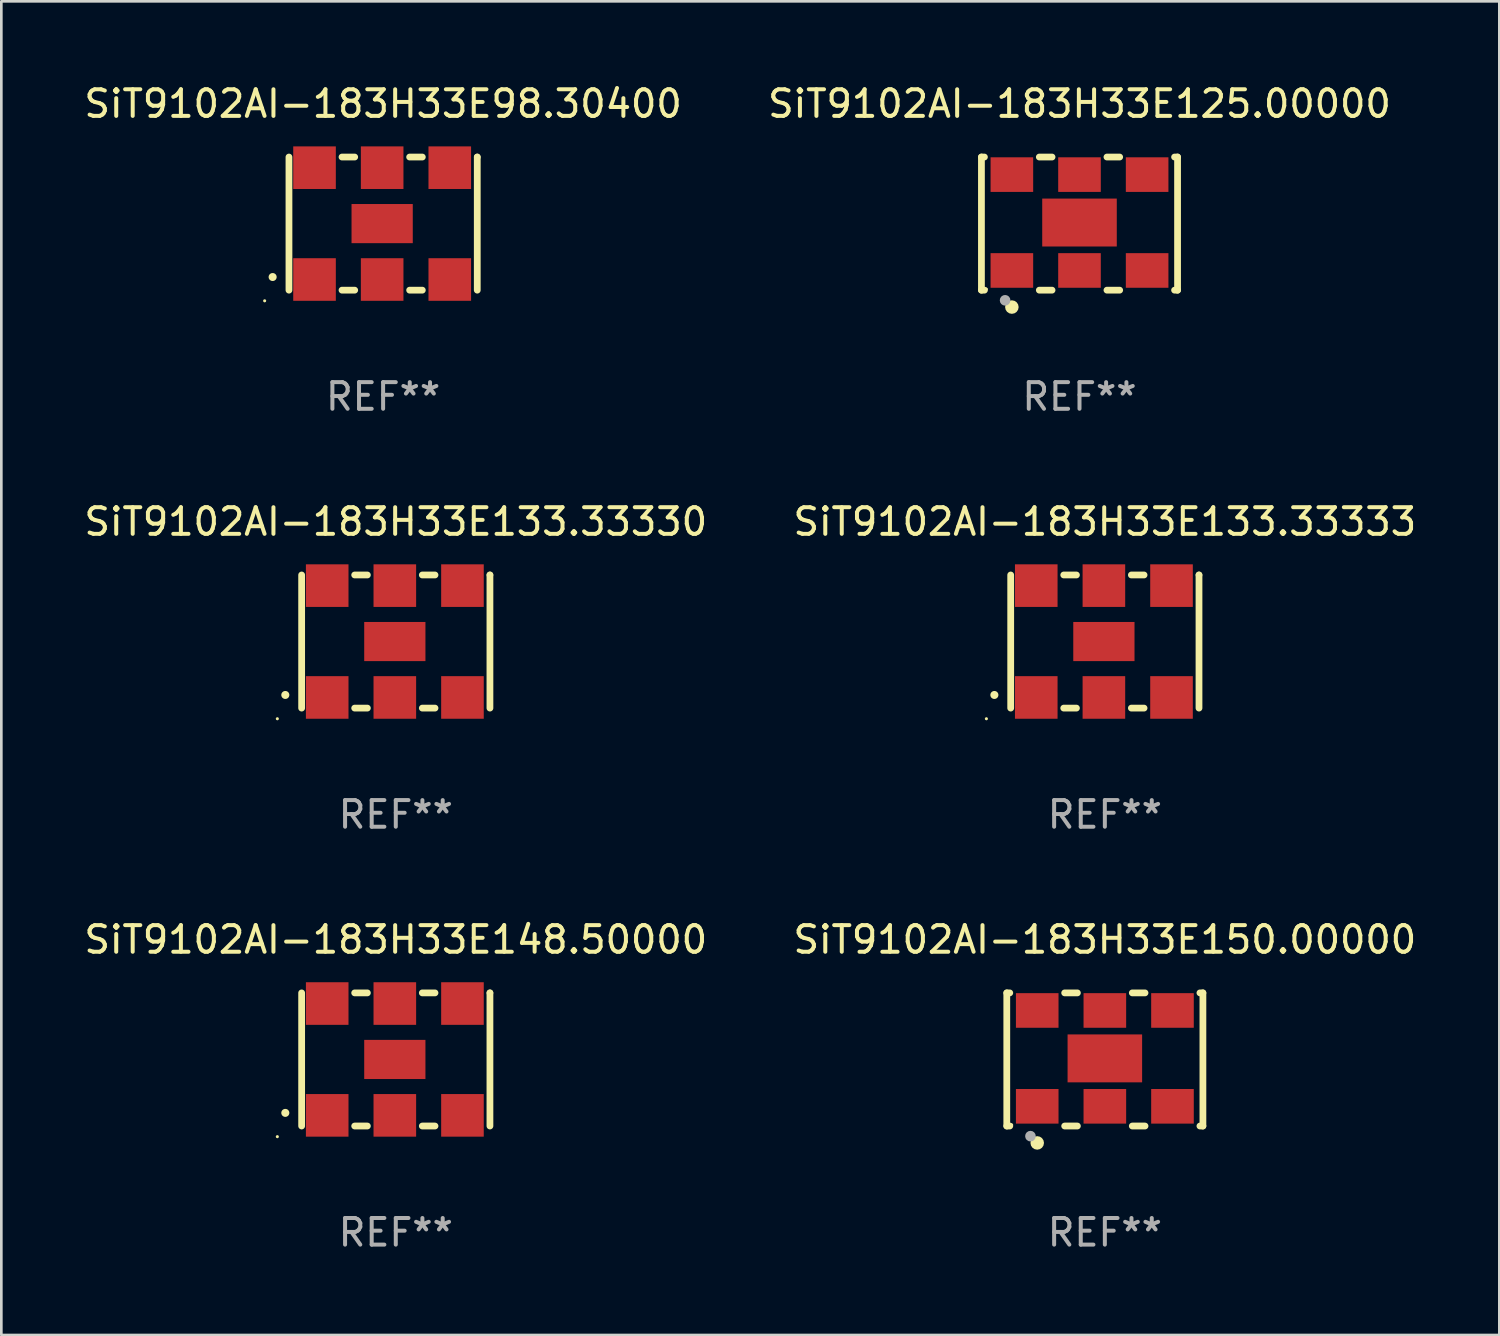
<source format=kicad_pcb>
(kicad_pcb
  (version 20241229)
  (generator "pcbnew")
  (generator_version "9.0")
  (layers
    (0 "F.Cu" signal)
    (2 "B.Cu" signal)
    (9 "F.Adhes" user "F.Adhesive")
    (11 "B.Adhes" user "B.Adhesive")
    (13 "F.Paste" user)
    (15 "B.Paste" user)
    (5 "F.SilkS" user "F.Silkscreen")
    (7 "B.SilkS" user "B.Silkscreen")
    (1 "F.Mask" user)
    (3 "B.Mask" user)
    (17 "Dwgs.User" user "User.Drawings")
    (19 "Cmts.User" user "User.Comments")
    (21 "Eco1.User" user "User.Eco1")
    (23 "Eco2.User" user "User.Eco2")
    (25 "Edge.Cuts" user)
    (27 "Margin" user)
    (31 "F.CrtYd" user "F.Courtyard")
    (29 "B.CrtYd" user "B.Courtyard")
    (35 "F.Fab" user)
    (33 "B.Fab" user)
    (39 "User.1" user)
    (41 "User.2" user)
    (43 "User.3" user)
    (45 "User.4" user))
  (footprint "SiT9102AI-183H33E125.00000"
    (layer "F.Cu")
    (at 37.494 5.348)
    (property "Reference" "SiT9102AI-183H33E125.00000" (at 0 -4.5 0) (layer "F.SilkS") (effects (font (size 1 1) (thickness 0.15))))
    (attr through_hole)
    (fp_line (start -3.683 -2.5) (end -3.571 -2.5) (stroke (width 0.254) (type solid)) (layer "F.SilkS"))
    (fp_line (start -3.683 2.5) (end -3.683 -2.5) (stroke (width 0.254) (type solid)) (layer "F.SilkS"))
    (fp_line (start -3.683 2.5) (end -3.571 2.5) (stroke (width 0.254) (type solid)) (layer "F.SilkS"))
    (fp_line (start -1.509 -2.5) (end -1.031 -2.5) (stroke (width 0.254) (type solid)) (layer "F.SilkS"))
    (fp_line (start -1.509 2.5) (end -1.031 2.5) (stroke (width 0.254) (type solid)) (layer "F.SilkS"))
    (fp_line (start 1.031 -2.5) (end 1.509 -2.5) (stroke (width 0.254) (type solid)) (layer "F.SilkS"))
    (fp_line (start 1.031 2.5) (end 1.509 2.5) (stroke (width 0.254) (type solid)) (layer "F.SilkS"))
    (fp_line (start 3.571 -2.5) (end 3.683 -2.5) (stroke (width 0.254) (type solid)) (layer "F.SilkS"))
    (fp_line (start 3.571 2.5) (end 3.683 2.5) (stroke (width 0.254) (type solid)) (layer "F.SilkS"))
    (fp_line (start 3.683 2.5) (end 3.683 -2.5) (stroke (width 0.254) (type solid)) (layer "F.SilkS"))
    (fp_circle (center -3.5 2.46) (end -3.47 2.46) (stroke (width 0.06) (type solid)) (fill no) (layer "F.SilkS"))
    (fp_circle (center -2.54 3.135) (end -2.413 3.135) (stroke (width 0.254) (type solid)) (fill no) (layer "F.SilkS"))
    (fp_circle (center -2.794 2.881) (end -2.694 2.881) (stroke (width 0.2) (type solid)) (fill no) (layer "F.Fab"))
    (fp_text user "REF**" (at 0 6.5 0) (layer "F.Fab") (effects (font (size 1 1) (thickness 0.15))))
    (pad "1" smd rect (at -2.54 1.76) (size 1.6 1.3) (layers "F.Cu" "F.Mask" "F.Paste"))
    (pad "2" smd rect (at 0 1.76) (size 1.6 1.3) (layers "F.Cu" "F.Mask" "F.Paste"))
    (pad "3" smd rect (at 2.54 1.76) (size 1.6 1.3) (layers "F.Cu" "F.Mask" "F.Paste"))
    (pad "4" smd rect (at 2.54 -1.84) (size 1.6 1.3) (layers "F.Cu" "F.Mask" "F.Paste"))
    (pad "5" smd rect (at 0 -1.84) (size 1.6 1.3) (layers "F.Cu" "F.Mask" "F.Paste"))
    (pad "6" smd rect (at -2.54 -1.84) (size 1.6 1.3) (layers "F.Cu" "F.Mask" "F.Paste"))
    (pad "7" smd rect (at 0 -0.04) (size 2.8 1.8) (layers "F.Cu" "F.Mask" "F.Paste")))
  (footprint "SiT9102AI-183H33E148.50000"
    (layer "F.Cu")
    (at 11.815 36.741)
    (property "Reference" "SiT9102AI-183H33E148.50000" (at 0 -4.5 0) (layer "F.SilkS") (effects (font (size 1 1) (thickness 0.15))))
    (attr through_hole)
    (fp_line (start -3.536 -2.5) (end -3.536 2.5) (stroke (width 0.254) (type solid)) (layer "F.SilkS"))
    (fp_line (start -1.544 2.5) (end -1.067 2.5) (stroke (width 0.254) (type solid)) (layer "F.SilkS"))
    (fp_line (start -1.067 -2.5) (end -1.544 -2.5) (stroke (width 0.254) (type solid)) (layer "F.SilkS"))
    (fp_line (start 0.996 2.5) (end 1.473 2.5) (stroke (width 0.254) (type solid)) (layer "F.SilkS"))
    (fp_line (start 1.473 -2.5) (end 0.996 -2.5) (stroke (width 0.254) (type solid)) (layer "F.SilkS"))
    (fp_line (start 3.536 -2.5) (end 3.536 -2.5) (stroke (width 0.254) (type solid)) (layer "F.SilkS"))
    (fp_line (start 3.536 2.5) (end 3.536 -2.5) (stroke (width 0.254) (type solid)) (layer "F.SilkS"))
    (fp_arc (start -4.150432 2.006604) (mid -4.149162 2.006599) (end -4.147892 2.006604) (stroke (width 0.3) (type solid)) (layer "F.SilkS"))
    (fp_circle (center -4.449 2.9) (end -4.419 2.9) (stroke (width 0.06) (type solid)) (fill no) (layer "F.SilkS"))
    (fp_text user "REF**" (at 0 6.5 0) (layer "F.Fab") (effects (font (size 1 1) (thickness 0.15))))
    (pad "1" smd rect (at -2.576 2.1) (size 1.6 1.6) (layers "F.Cu" "F.Mask" "F.Paste"))
    (pad "2" smd rect (at -0.036 2.1) (size 1.6 1.6) (layers "F.Cu" "F.Mask" "F.Paste"))
    (pad "3" smd rect (at 2.504 2.1) (size 1.6 1.6) (layers "F.Cu" "F.Mask" "F.Paste"))
    (pad "4" smd rect (at 2.504 -2.1) (size 1.6 1.6) (layers "F.Cu" "F.Mask" "F.Paste"))
    (pad "5" smd rect (at -0.036 -2.1) (size 1.6 1.6) (layers "F.Cu" "F.Mask" "F.Paste"))
    (pad "6" smd rect (at -2.576 -2.1) (size 1.6 1.6) (layers "F.Cu" "F.Mask" "F.Paste"))
    (pad "7" smd rect (at -0.036 0) (size 2.3 1.47) (layers "F.Cu" "F.Mask" "F.Paste")))
  (footprint "SiT9102AI-183H33E133.33333"
    (layer "F.Cu")
    (at 38.446 21.045)
    (property "Reference" "SiT9102AI-183H33E133.33333" (at 0 -4.5 0) (layer "F.SilkS") (effects (font (size 1 1) (thickness 0.15))))
    (attr through_hole)
    (fp_line (start -3.536 -2.5) (end -3.536 2.5) (stroke (width 0.254) (type solid)) (layer "F.SilkS"))
    (fp_line (start -1.544 2.5) (end -1.067 2.5) (stroke (width 0.254) (type solid)) (layer "F.SilkS"))
    (fp_line (start -1.067 -2.5) (end -1.544 -2.5) (stroke (width 0.254) (type solid)) (layer "F.SilkS"))
    (fp_line (start 0.996 2.5) (end 1.473 2.5) (stroke (width 0.254) (type solid)) (layer "F.SilkS"))
    (fp_line (start 1.473 -2.5) (end 0.996 -2.5) (stroke (width 0.254) (type solid)) (layer "F.SilkS"))
    (fp_line (start 3.536 -2.5) (end 3.536 -2.5) (stroke (width 0.254) (type solid)) (layer "F.SilkS"))
    (fp_line (start 3.536 2.5) (end 3.536 -2.5) (stroke (width 0.254) (type solid)) (layer "F.SilkS"))
    (fp_arc (start -4.150432 2.006604) (mid -4.149162 2.006599) (end -4.147892 2.006604) (stroke (width 0.3) (type solid)) (layer "F.SilkS"))
    (fp_circle (center -4.449 2.9) (end -4.419 2.9) (stroke (width 0.06) (type solid)) (fill no) (layer "F.SilkS"))
    (fp_text user "REF**" (at 0 6.5 0) (layer "F.Fab") (effects (font (size 1 1) (thickness 0.15))))
    (pad "1" smd rect (at -2.576 2.1) (size 1.6 1.6) (layers "F.Cu" "F.Mask" "F.Paste"))
    (pad "2" smd rect (at -0.036 2.1) (size 1.6 1.6) (layers "F.Cu" "F.Mask" "F.Paste"))
    (pad "3" smd rect (at 2.504 2.1) (size 1.6 1.6) (layers "F.Cu" "F.Mask" "F.Paste"))
    (pad "4" smd rect (at 2.504 -2.1) (size 1.6 1.6) (layers "F.Cu" "F.Mask" "F.Paste"))
    (pad "5" smd rect (at -0.036 -2.1) (size 1.6 1.6) (layers "F.Cu" "F.Mask" "F.Paste"))
    (pad "6" smd rect (at -2.576 -2.1) (size 1.6 1.6) (layers "F.Cu" "F.Mask" "F.Paste"))
    (pad "7" smd rect (at -0.036 0) (size 2.3 1.47) (layers "F.Cu" "F.Mask" "F.Paste")))
  (footprint "SiT9102AI-183H33E98.30400"
    (layer "F.Cu")
    (at 11.339 5.348)
    (property "Reference" "SiT9102AI-183H33E98.30400" (at 0 -4.5 0) (layer "F.SilkS") (effects (font (size 1 1) (thickness 0.15))))
    (attr through_hole)
    (fp_line (start -3.536 -2.5) (end -3.536 2.5) (stroke (width 0.254) (type solid)) (layer "F.SilkS"))
    (fp_line (start -1.544 2.5) (end -1.067 2.5) (stroke (width 0.254) (type solid)) (layer "F.SilkS"))
    (fp_line (start -1.067 -2.5) (end -1.544 -2.5) (stroke (width 0.254) (type solid)) (layer "F.SilkS"))
    (fp_line (start 0.996 2.5) (end 1.473 2.5) (stroke (width 0.254) (type solid)) (layer "F.SilkS"))
    (fp_line (start 1.473 -2.5) (end 0.996 -2.5) (stroke (width 0.254) (type solid)) (layer "F.SilkS"))
    (fp_line (start 3.536 -2.5) (end 3.536 -2.5) (stroke (width 0.254) (type solid)) (layer "F.SilkS"))
    (fp_line (start 3.536 2.5) (end 3.536 -2.5) (stroke (width 0.254) (type solid)) (layer "F.SilkS"))
    (fp_arc (start -4.150432 2.006604) (mid -4.149162 2.006599) (end -4.147892 2.006604) (stroke (width 0.3) (type solid)) (layer "F.SilkS"))
    (fp_circle (center -4.449 2.9) (end -4.419 2.9) (stroke (width 0.06) (type solid)) (fill no) (layer "F.SilkS"))
    (fp_text user "REF**" (at 0 6.5 0) (layer "F.Fab") (effects (font (size 1 1) (thickness 0.15))))
    (pad "1" smd rect (at -2.576 2.1) (size 1.6 1.6) (layers "F.Cu" "F.Mask" "F.Paste"))
    (pad "2" smd rect (at -0.036 2.1) (size 1.6 1.6) (layers "F.Cu" "F.Mask" "F.Paste"))
    (pad "3" smd rect (at 2.504 2.1) (size 1.6 1.6) (layers "F.Cu" "F.Mask" "F.Paste"))
    (pad "4" smd rect (at 2.504 -2.1) (size 1.6 1.6) (layers "F.Cu" "F.Mask" "F.Paste"))
    (pad "5" smd rect (at -0.036 -2.1) (size 1.6 1.6) (layers "F.Cu" "F.Mask" "F.Paste"))
    (pad "6" smd rect (at -2.576 -2.1) (size 1.6 1.6) (layers "F.Cu" "F.Mask" "F.Paste"))
    (pad "7" smd rect (at -0.036 0) (size 2.3 1.47) (layers "F.Cu" "F.Mask" "F.Paste")))
  (footprint "SiT9102AI-183H33E133.33330"
    (layer "F.Cu")
    (at 11.815 21.045)
    (property "Reference" "SiT9102AI-183H33E133.33330" (at 0 -4.5 0) (layer "F.SilkS") (effects (font (size 1 1) (thickness 0.15))))
    (attr through_hole)
    (fp_line (start -3.536 -2.5) (end -3.536 2.5) (stroke (width 0.254) (type solid)) (layer "F.SilkS"))
    (fp_line (start -1.544 2.5) (end -1.067 2.5) (stroke (width 0.254) (type solid)) (layer "F.SilkS"))
    (fp_line (start -1.067 -2.5) (end -1.544 -2.5) (stroke (width 0.254) (type solid)) (layer "F.SilkS"))
    (fp_line (start 0.996 2.5) (end 1.473 2.5) (stroke (width 0.254) (type solid)) (layer "F.SilkS"))
    (fp_line (start 1.473 -2.5) (end 0.996 -2.5) (stroke (width 0.254) (type solid)) (layer "F.SilkS"))
    (fp_line (start 3.536 -2.5) (end 3.536 -2.5) (stroke (width 0.254) (type solid)) (layer "F.SilkS"))
    (fp_line (start 3.536 2.5) (end 3.536 -2.5) (stroke (width 0.254) (type solid)) (layer "F.SilkS"))
    (fp_arc (start -4.150432 2.006604) (mid -4.149162 2.006599) (end -4.147892 2.006604) (stroke (width 0.3) (type solid)) (layer "F.SilkS"))
    (fp_circle (center -4.449 2.9) (end -4.419 2.9) (stroke (width 0.06) (type solid)) (fill no) (layer "F.SilkS"))
    (fp_text user "REF**" (at 0 6.5 0) (layer "F.Fab") (effects (font (size 1 1) (thickness 0.15))))
    (pad "1" smd rect (at -2.576 2.1) (size 1.6 1.6) (layers "F.Cu" "F.Mask" "F.Paste"))
    (pad "2" smd rect (at -0.036 2.1) (size 1.6 1.6) (layers "F.Cu" "F.Mask" "F.Paste"))
    (pad "3" smd rect (at 2.504 2.1) (size 1.6 1.6) (layers "F.Cu" "F.Mask" "F.Paste"))
    (pad "4" smd rect (at 2.504 -2.1) (size 1.6 1.6) (layers "F.Cu" "F.Mask" "F.Paste"))
    (pad "5" smd rect (at -0.036 -2.1) (size 1.6 1.6) (layers "F.Cu" "F.Mask" "F.Paste"))
    (pad "6" smd rect (at -2.576 -2.1) (size 1.6 1.6) (layers "F.Cu" "F.Mask" "F.Paste"))
    (pad "7" smd rect (at -0.036 0) (size 2.3 1.47) (layers "F.Cu" "F.Mask" "F.Paste")))
  (footprint "SiT9102AI-183H33E150.00000"
    (layer "F.Cu")
    (at 38.446 36.741)
    (property "Reference" "SiT9102AI-183H33E150.00000" (at 0 -4.5 0) (layer "F.SilkS") (effects (font (size 1 1) (thickness 0.15))))
    (attr through_hole)
    (fp_line (start -3.683 -2.5) (end -3.571 -2.5) (stroke (width 0.254) (type solid)) (layer "F.SilkS"))
    (fp_line (start -3.683 2.5) (end -3.683 -2.5) (stroke (width 0.254) (type solid)) (layer "F.SilkS"))
    (fp_line (start -3.683 2.5) (end -3.571 2.5) (stroke (width 0.254) (type solid)) (layer "F.SilkS"))
    (fp_line (start -1.509 -2.5) (end -1.031 -2.5) (stroke (width 0.254) (type solid)) (layer "F.SilkS"))
    (fp_line (start -1.509 2.5) (end -1.031 2.5) (stroke (width 0.254) (type solid)) (layer "F.SilkS"))
    (fp_line (start 1.031 -2.5) (end 1.509 -2.5) (stroke (width 0.254) (type solid)) (layer "F.SilkS"))
    (fp_line (start 1.031 2.5) (end 1.509 2.5) (stroke (width 0.254) (type solid)) (layer "F.SilkS"))
    (fp_line (start 3.571 -2.5) (end 3.683 -2.5) (stroke (width 0.254) (type solid)) (layer "F.SilkS"))
    (fp_line (start 3.571 2.5) (end 3.683 2.5) (stroke (width 0.254) (type solid)) (layer "F.SilkS"))
    (fp_line (start 3.683 2.5) (end 3.683 -2.5) (stroke (width 0.254) (type solid)) (layer "F.SilkS"))
    (fp_circle (center -3.5 2.46) (end -3.47 2.46) (stroke (width 0.06) (type solid)) (fill no) (layer "F.SilkS"))
    (fp_circle (center -2.54 3.135) (end -2.413 3.135) (stroke (width 0.254) (type solid)) (fill no) (layer "F.SilkS"))
    (fp_circle (center -2.794 2.881) (end -2.694 2.881) (stroke (width 0.2) (type solid)) (fill no) (layer "F.Fab"))
    (fp_text user "REF**" (at 0 6.5 0) (layer "F.Fab") (effects (font (size 1 1) (thickness 0.15))))
    (pad "1" smd rect (at -2.54 1.76) (size 1.6 1.3) (layers "F.Cu" "F.Mask" "F.Paste"))
    (pad "2" smd rect (at 0 1.76) (size 1.6 1.3) (layers "F.Cu" "F.Mask" "F.Paste"))
    (pad "3" smd rect (at 2.54 1.76) (size 1.6 1.3) (layers "F.Cu" "F.Mask" "F.Paste"))
    (pad "4" smd rect (at 2.54 -1.84) (size 1.6 1.3) (layers "F.Cu" "F.Mask" "F.Paste"))
    (pad "5" smd rect (at 0 -1.84) (size 1.6 1.3) (layers "F.Cu" "F.Mask" "F.Paste"))
    (pad "6" smd rect (at -2.54 -1.84) (size 1.6 1.3) (layers "F.Cu" "F.Mask" "F.Paste"))
    (pad "7" smd rect (at 0 -0.04) (size 2.8 1.8) (layers "F.Cu" "F.Mask" "F.Paste")))
  (gr_rect
    (start -3 -3)
    (end 53.262 47.09)
    (stroke (width 0.1) (type default))
    (fill no)
    (layer "Edge.Cuts")))
</source>
